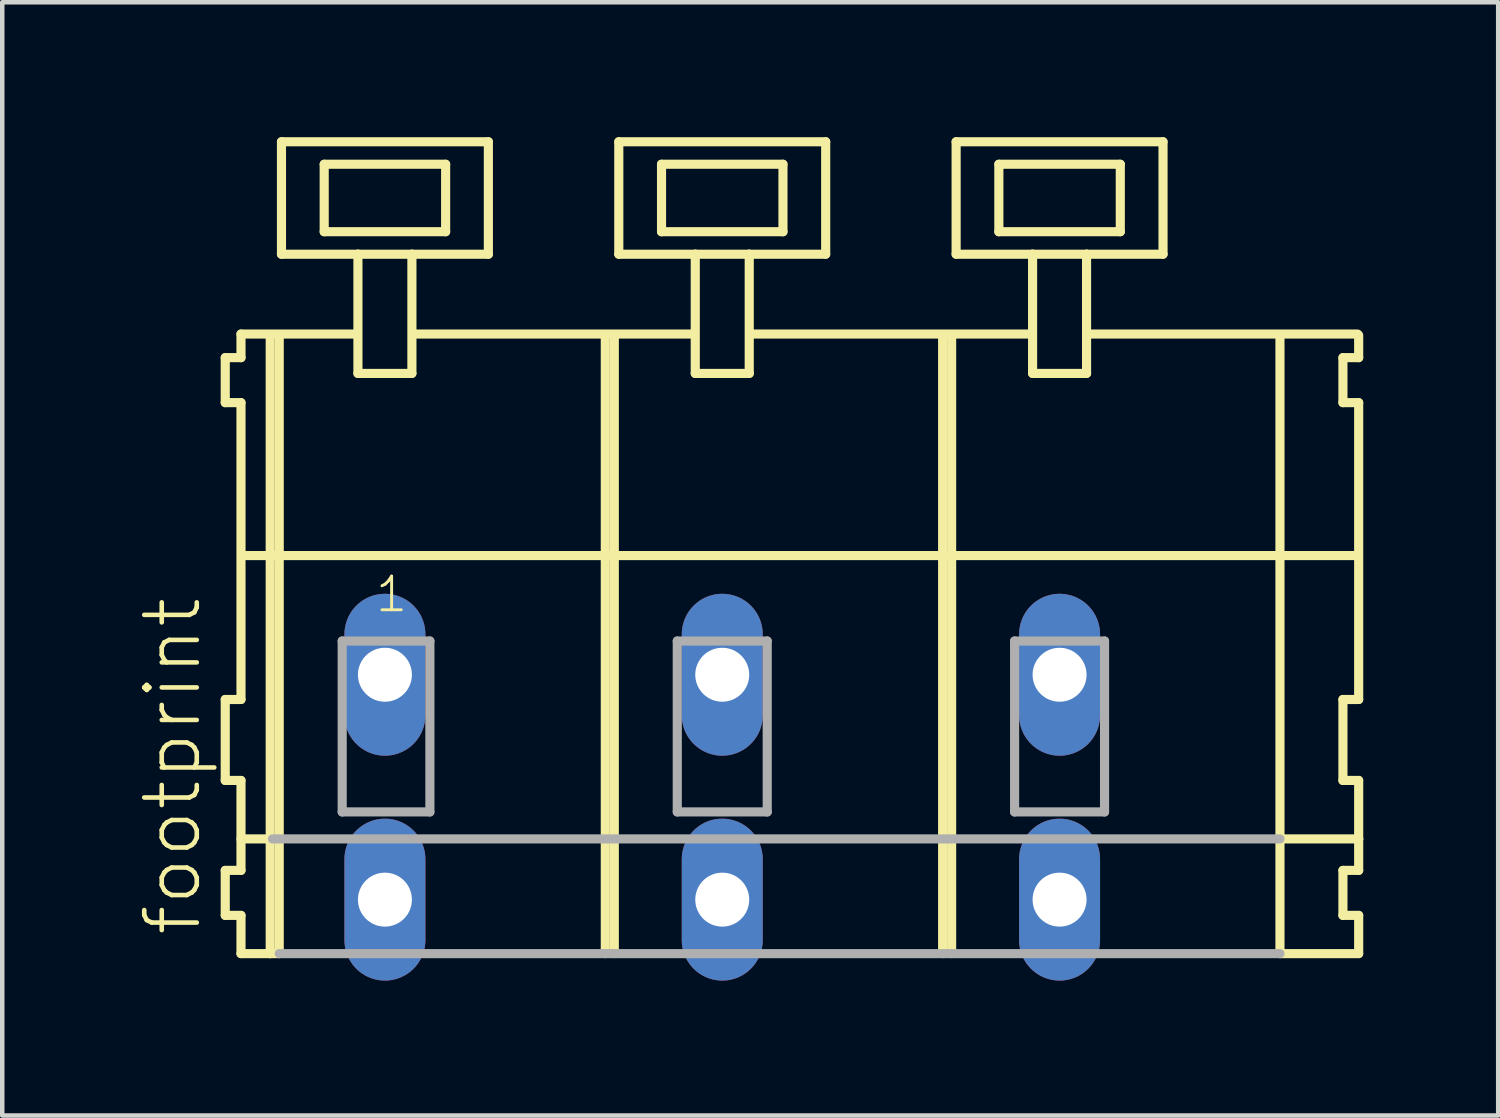
<source format=kicad_pcb>
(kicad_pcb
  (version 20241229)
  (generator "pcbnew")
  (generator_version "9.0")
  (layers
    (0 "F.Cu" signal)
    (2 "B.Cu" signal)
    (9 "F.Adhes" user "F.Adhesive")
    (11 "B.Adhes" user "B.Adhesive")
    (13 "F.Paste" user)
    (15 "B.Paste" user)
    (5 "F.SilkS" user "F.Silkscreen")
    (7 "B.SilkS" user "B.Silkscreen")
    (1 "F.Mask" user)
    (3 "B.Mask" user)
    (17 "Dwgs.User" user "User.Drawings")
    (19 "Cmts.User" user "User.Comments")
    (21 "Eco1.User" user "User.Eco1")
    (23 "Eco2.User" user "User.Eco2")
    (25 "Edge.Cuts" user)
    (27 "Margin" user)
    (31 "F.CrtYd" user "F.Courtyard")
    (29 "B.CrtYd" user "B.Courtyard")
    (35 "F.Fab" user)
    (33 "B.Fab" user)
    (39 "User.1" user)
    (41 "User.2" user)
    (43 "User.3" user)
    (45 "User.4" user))
  (footprint "footprint"
    (layer "F.Cu")
    (at 10.508 11.952)
    (property "Reference" "footprint" (at -9.035 5.855 90) (layer "F.SilkS") (effects (font (size 1.168 1.168) (thickness 0.102)) (justify left bottom)))
    (fp_line (start -8.55 -7.05) (end -8.55 -6.05) (stroke (width 0.203) (type solid)) (layer "F.SilkS"))
    (fp_line (start -8.55 -6.05) (end -8.2 -6.05) (stroke (width 0.203) (type solid)) (layer "F.SilkS"))
    (fp_line (start -8.55 0.55) (end -8.55 2.35) (stroke (width 0.203) (type solid)) (layer "F.SilkS"))
    (fp_line (start -8.55 2.35) (end -8.2 2.35) (stroke (width 0.203) (type solid)) (layer "F.SilkS"))
    (fp_line (start -8.55 4.35) (end -8.55 5.35) (stroke (width 0.203) (type solid)) (layer "F.SilkS"))
    (fp_line (start -8.55 5.35) (end -8.2 5.35) (stroke (width 0.203) (type solid)) (layer "F.SilkS"))
    (fp_line (start -8.2 -7.575) (end -8.2 -7.05) (stroke (width 0.203) (type solid)) (layer "F.SilkS"))
    (fp_line (start -8.2 -7.575) (end -5.625 -7.575) (stroke (width 0.203) (type solid)) (layer "F.SilkS"))
    (fp_line (start -8.2 -7.05) (end -8.55 -7.05) (stroke (width 0.203) (type solid)) (layer "F.SilkS"))
    (fp_line (start -8.2 -6.05) (end -8.2 0.55) (stroke (width 0.203) (type solid)) (layer "F.SilkS"))
    (fp_line (start -8.2 0.55) (end -8.55 0.55) (stroke (width 0.203) (type solid)) (layer "F.SilkS"))
    (fp_line (start -8.2 2.35) (end -8.2 4.35) (stroke (width 0.203) (type solid)) (layer "F.SilkS"))
    (fp_line (start -8.2 3.65) (end -7.5 3.65) (stroke (width 0.203) (type solid)) (layer "F.SilkS"))
    (fp_line (start -8.2 4.35) (end -8.55 4.35) (stroke (width 0.203) (type solid)) (layer "F.SilkS"))
    (fp_line (start -8.2 5.35) (end -8.2 6.2) (stroke (width 0.203) (type solid)) (layer "F.SilkS"))
    (fp_line (start -8.2 6.2) (end -7.55 6.2) (stroke (width 0.203) (type solid)) (layer "F.SilkS"))
    (fp_line (start -8.15 -2.65) (end 16.6 -2.65) (stroke (width 0.203) (type solid)) (layer "F.SilkS"))
    (fp_line (start -7.55 -7.55) (end -7.55 6.2) (stroke (width 0.203) (type solid)) (layer "F.SilkS"))
    (fp_line (start -7.55 6.2) (end -7.35 6.2) (stroke (width 0.203) (type solid)) (layer "F.SilkS"))
    (fp_line (start -7.35 -7.55) (end -7.35 6.2) (stroke (width 0.203) (type solid)) (layer "F.SilkS"))
    (fp_line (start -7.3 -11.85) (end -7.3 -9.35) (stroke (width 0.203) (type solid)) (layer "F.SilkS"))
    (fp_line (start -7.3 -9.35) (end -5.6 -9.35) (stroke (width 0.203) (type solid)) (layer "F.SilkS"))
    (fp_line (start -6.35 -11.35) (end -6.35 -9.85) (stroke (width 0.203) (type solid)) (layer "F.SilkS"))
    (fp_line (start -6.35 -9.85) (end -3.65 -9.85) (stroke (width 0.203) (type solid)) (layer "F.SilkS"))
    (fp_line (start -5.6 -9.35) (end -5.6 -6.7) (stroke (width 0.203) (type solid)) (layer "F.SilkS"))
    (fp_line (start -5.6 -9.35) (end -4.4 -9.35) (stroke (width 0.203) (type solid)) (layer "F.SilkS"))
    (fp_line (start -5.6 -6.7) (end -4.4 -6.7) (stroke (width 0.203) (type solid)) (layer "F.SilkS"))
    (fp_line (start -4.4 -9.35) (end -2.7 -9.35) (stroke (width 0.203) (type solid)) (layer "F.SilkS"))
    (fp_line (start -4.4 -6.7) (end -4.4 -9.35) (stroke (width 0.203) (type solid)) (layer "F.SilkS"))
    (fp_line (start -4.325 -7.575) (end 1.875 -7.575) (stroke (width 0.203) (type solid)) (layer "F.SilkS"))
    (fp_line (start -3.65 -11.35) (end -6.35 -11.35) (stroke (width 0.203) (type solid)) (layer "F.SilkS"))
    (fp_line (start -3.65 -9.85) (end -3.65 -11.35) (stroke (width 0.203) (type solid)) (layer "F.SilkS"))
    (fp_line (start -2.7 -11.85) (end -7.3 -11.85) (stroke (width 0.203) (type solid)) (layer "F.SilkS"))
    (fp_line (start -2.7 -9.35) (end -2.7 -11.85) (stroke (width 0.203) (type solid)) (layer "F.SilkS"))
    (fp_line (start -0.1 -7.55) (end -0.1 6.2) (stroke (width 0.203) (type solid)) (layer "F.SilkS"))
    (fp_line (start 0.1 -7.55) (end 0.1 6.2) (stroke (width 0.203) (type solid)) (layer "F.SilkS"))
    (fp_line (start 0.2 -11.85) (end 0.2 -9.35) (stroke (width 0.203) (type solid)) (layer "F.SilkS"))
    (fp_line (start 0.2 -9.35) (end 1.9 -9.35) (stroke (width 0.203) (type solid)) (layer "F.SilkS"))
    (fp_line (start 1.15 -11.35) (end 1.15 -9.85) (stroke (width 0.203) (type solid)) (layer "F.SilkS"))
    (fp_line (start 1.15 -9.85) (end 3.85 -9.85) (stroke (width 0.203) (type solid)) (layer "F.SilkS"))
    (fp_line (start 1.9 -9.35) (end 1.9 -6.7) (stroke (width 0.203) (type solid)) (layer "F.SilkS"))
    (fp_line (start 1.9 -9.35) (end 3.1 -9.35) (stroke (width 0.203) (type solid)) (layer "F.SilkS"))
    (fp_line (start 1.9 -6.7) (end 3.1 -6.7) (stroke (width 0.203) (type solid)) (layer "F.SilkS"))
    (fp_line (start 3.1 -9.35) (end 4.8 -9.35) (stroke (width 0.203) (type solid)) (layer "F.SilkS"))
    (fp_line (start 3.1 -6.7) (end 3.1 -9.35) (stroke (width 0.203) (type solid)) (layer "F.SilkS"))
    (fp_line (start 3.175 -7.575) (end 9.375 -7.575) (stroke (width 0.203) (type solid)) (layer "F.SilkS"))
    (fp_line (start 3.85 -11.35) (end 1.15 -11.35) (stroke (width 0.203) (type solid)) (layer "F.SilkS"))
    (fp_line (start 3.85 -9.85) (end 3.85 -11.35) (stroke (width 0.203) (type solid)) (layer "F.SilkS"))
    (fp_line (start 4.8 -11.85) (end 0.2 -11.85) (stroke (width 0.203) (type solid)) (layer "F.SilkS"))
    (fp_line (start 4.8 -9.35) (end 4.8 -11.85) (stroke (width 0.203) (type solid)) (layer "F.SilkS"))
    (fp_line (start 7.4 -7.55) (end 7.4 6.2) (stroke (width 0.203) (type solid)) (layer "F.SilkS"))
    (fp_line (start 7.6 -7.55) (end 7.6 6.2) (stroke (width 0.203) (type solid)) (layer "F.SilkS"))
    (fp_line (start 7.7 -11.85) (end 7.7 -9.35) (stroke (width 0.203) (type solid)) (layer "F.SilkS"))
    (fp_line (start 7.7 -9.35) (end 9.4 -9.35) (stroke (width 0.203) (type solid)) (layer "F.SilkS"))
    (fp_line (start 8.65 -11.35) (end 8.65 -9.85) (stroke (width 0.203) (type solid)) (layer "F.SilkS"))
    (fp_line (start 8.65 -9.85) (end 11.35 -9.85) (stroke (width 0.203) (type solid)) (layer "F.SilkS"))
    (fp_line (start 9.4 -9.35) (end 9.4 -6.7) (stroke (width 0.203) (type solid)) (layer "F.SilkS"))
    (fp_line (start 9.4 -9.35) (end 10.6 -9.35) (stroke (width 0.203) (type solid)) (layer "F.SilkS"))
    (fp_line (start 9.4 -6.7) (end 10.6 -6.7) (stroke (width 0.203) (type solid)) (layer "F.SilkS"))
    (fp_line (start 10.6 -9.35) (end 12.3 -9.35) (stroke (width 0.203) (type solid)) (layer "F.SilkS"))
    (fp_line (start 10.6 -6.7) (end 10.6 -9.35) (stroke (width 0.203) (type solid)) (layer "F.SilkS"))
    (fp_line (start 10.625 -7.575) (end 16.625 -7.575) (stroke (width 0.203) (type solid)) (layer "F.SilkS"))
    (fp_line (start 11.35 -11.35) (end 8.65 -11.35) (stroke (width 0.203) (type solid)) (layer "F.SilkS"))
    (fp_line (start 11.35 -9.85) (end 11.35 -11.35) (stroke (width 0.203) (type solid)) (layer "F.SilkS"))
    (fp_line (start 12.3 -11.85) (end 7.7 -11.85) (stroke (width 0.203) (type solid)) (layer "F.SilkS"))
    (fp_line (start 12.3 -9.35) (end 12.3 -11.85) (stroke (width 0.203) (type solid)) (layer "F.SilkS"))
    (fp_line (start 14.9 -7.55) (end 14.9 6.2) (stroke (width 0.203) (type solid)) (layer "F.SilkS"))
    (fp_line (start 14.9 6.2) (end 16.65 6.2) (stroke (width 0.203) (type solid)) (layer "F.SilkS"))
    (fp_line (start 14.95 3.65) (end 16.65 3.65) (stroke (width 0.203) (type solid)) (layer "F.SilkS"))
    (fp_line (start 16.3 -7.05) (end 16.3 -6.05) (stroke (width 0.203) (type solid)) (layer "F.SilkS"))
    (fp_line (start 16.3 -6.05) (end 16.65 -6.05) (stroke (width 0.203) (type solid)) (layer "F.SilkS"))
    (fp_line (start 16.3 0.55) (end 16.3 2.35) (stroke (width 0.203) (type solid)) (layer "F.SilkS"))
    (fp_line (start 16.3 2.35) (end 16.65 2.35) (stroke (width 0.203) (type solid)) (layer "F.SilkS"))
    (fp_line (start 16.3 4.35) (end 16.3 5.35) (stroke (width 0.203) (type solid)) (layer "F.SilkS"))
    (fp_line (start 16.3 5.35) (end 16.65 5.35) (stroke (width 0.203) (type solid)) (layer "F.SilkS"))
    (fp_line (start 16.65 -7.05) (end 16.3 -7.05) (stroke (width 0.203) (type solid)) (layer "F.SilkS"))
    (fp_line (start 16.65 -7.05) (end 16.65 -7.55) (stroke (width 0.203) (type solid)) (layer "F.SilkS"))
    (fp_line (start 16.65 0.55) (end 16.3 0.55) (stroke (width 0.203) (type solid)) (layer "F.SilkS"))
    (fp_line (start 16.65 0.55) (end 16.65 -6.05) (stroke (width 0.203) (type solid)) (layer "F.SilkS"))
    (fp_line (start 16.65 3.65) (end 16.65 2.35) (stroke (width 0.203) (type solid)) (layer "F.SilkS"))
    (fp_line (start 16.65 4.35) (end 16.3 4.35) (stroke (width 0.203) (type solid)) (layer "F.SilkS"))
    (fp_line (start 16.65 4.35) (end 16.65 3.65) (stroke (width 0.203) (type solid)) (layer "F.SilkS"))
    (fp_line (start 16.65 6.2) (end 16.65 5.35) (stroke (width 0.203) (type solid)) (layer "F.SilkS"))
    (fp_line (start -7.5 3.65) (end 14.9 3.65) (stroke (width 0.203) (type solid)) (layer "F.Fab"))
    (fp_line (start -7.35 6.2) (end 14.9 6.2) (stroke (width 0.203) (type solid)) (layer "F.Fab"))
    (fp_line (start -5.95 -0.75) (end -5.95 3.05) (stroke (width 0.203) (type solid)) (layer "F.Fab"))
    (fp_line (start -5.95 3.05) (end -4 3.05) (stroke (width 0.203) (type solid)) (layer "F.Fab"))
    (fp_line (start -4 -0.75) (end -5.95 -0.75) (stroke (width 0.203) (type solid)) (layer "F.Fab"))
    (fp_line (start -4 3.05) (end -4 -0.75) (stroke (width 0.203) (type solid)) (layer "F.Fab"))
    (fp_line (start 1.5 -0.75) (end 1.5 3.05) (stroke (width 0.203) (type solid)) (layer "F.Fab"))
    (fp_line (start 1.5 3.05) (end 3.5 3.05) (stroke (width 0.203) (type solid)) (layer "F.Fab"))
    (fp_line (start 3.5 -0.75) (end 1.5 -0.75) (stroke (width 0.203) (type solid)) (layer "F.Fab"))
    (fp_line (start 3.5 3.05) (end 3.5 -0.75) (stroke (width 0.203) (type solid)) (layer "F.Fab"))
    (fp_line (start 9 -0.75) (end 9 3.05) (stroke (width 0.203) (type solid)) (layer "F.Fab"))
    (fp_line (start 9 3.05) (end 11 3.05) (stroke (width 0.203) (type solid)) (layer "F.Fab"))
    (fp_line (start 11 -0.75) (end 9 -0.75) (stroke (width 0.203) (type solid)) (layer "F.Fab"))
    (fp_line (start 11 3.05) (end 11 -0.75) (stroke (width 0.203) (type solid)) (layer "F.Fab"))
    (fp_text user "1" (at -5.25 -1.35 0) (layer "F.SilkS") (effects (font (size 0.748 0.748) (thickness 0.065)) (justify left bottom)))
    (pad "A1" thru_hole oval (at -5 0 90) (size 3.6 1.8) (drill 1.2) (layers "*.Cu" "*.Mask"))
    (pad "A2" thru_hole oval (at 2.5 0 90) (size 3.6 1.8) (drill 1.2) (layers "*.Cu" "*.Mask"))
    (pad "A3" thru_hole oval (at 10 0 90) (size 3.6 1.8) (drill 1.2) (layers "*.Cu" "*.Mask"))
    (pad "B1" thru_hole oval (at -5 5 90) (size 3.6 1.8) (drill 1.2) (layers "*.Cu" "*.Mask"))
    (pad "B2" thru_hole oval (at 2.5 5 90) (size 3.6 1.8) (drill 1.2) (layers "*.Cu" "*.Mask"))
    (pad "B3" thru_hole oval (at 10 5 90) (size 3.6 1.8) (drill 1.2) (layers "*.Cu" "*.Mask")))
  (gr_rect
    (start -3 -3)
    (end 30.26 21.752)
    (stroke (width 0.1) (type default))
    (fill no)
    (layer "Edge.Cuts")))
</source>
